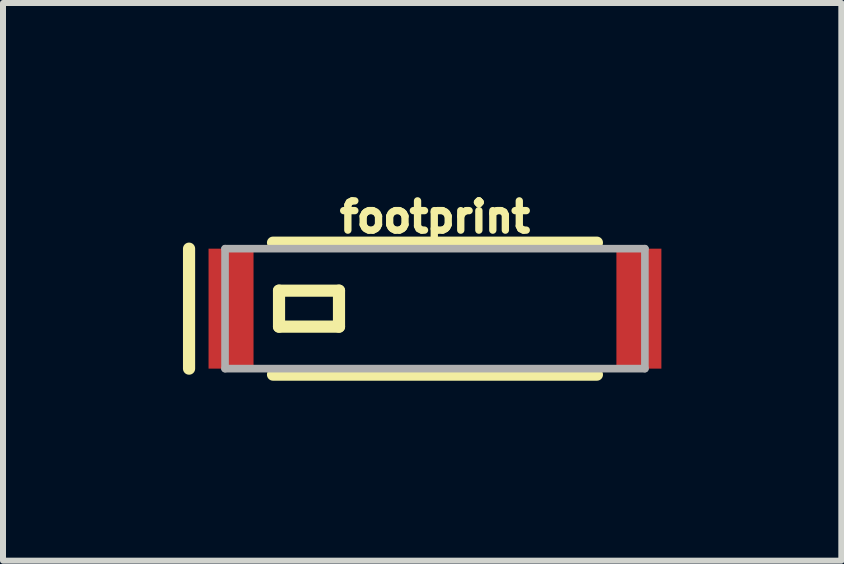
<source format=kicad_pcb>
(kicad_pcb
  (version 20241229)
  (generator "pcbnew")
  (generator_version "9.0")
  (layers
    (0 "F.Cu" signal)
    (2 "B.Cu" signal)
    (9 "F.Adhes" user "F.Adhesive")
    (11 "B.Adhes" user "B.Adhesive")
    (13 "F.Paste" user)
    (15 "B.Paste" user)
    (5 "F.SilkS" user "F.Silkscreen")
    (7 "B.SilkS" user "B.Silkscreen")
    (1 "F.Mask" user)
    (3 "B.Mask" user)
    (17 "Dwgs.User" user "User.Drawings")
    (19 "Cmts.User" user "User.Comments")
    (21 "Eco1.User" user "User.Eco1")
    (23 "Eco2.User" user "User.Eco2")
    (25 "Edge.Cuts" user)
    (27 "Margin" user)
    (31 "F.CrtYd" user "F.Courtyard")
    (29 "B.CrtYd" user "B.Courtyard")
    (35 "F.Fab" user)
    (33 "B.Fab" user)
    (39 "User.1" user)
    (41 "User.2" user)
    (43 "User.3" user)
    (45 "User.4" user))
  (footprint "footprint"
    (layer "F.Cu")
    (at 4.202 2.096)
    (property "Reference" "footprint" (at 0 -1.243 0) (layer "F.SilkS") (effects (font (size 0.488 0.488) (thickness 0.122)) (justify bottom)))
    (fp_line (start -4.1 -1) (end -4.1 1) (stroke (width 0.203) (type solid)) (layer "F.SilkS"))
    (fp_line (start -2.7 -1.1) (end 2.7 -1.1) (stroke (width 0.203) (type solid)) (layer "F.SilkS"))
    (fp_line (start -2.7 1.1) (end 2.7 1.1) (stroke (width 0.203) (type solid)) (layer "F.SilkS"))
    (fp_line (start -2.6 -0.3) (end -2.6 0.3) (stroke (width 0.203) (type solid)) (layer "F.SilkS"))
    (fp_line (start -2.6 0.3) (end -1.6 0.3) (stroke (width 0.203) (type solid)) (layer "F.SilkS"))
    (fp_line (start -1.6 -0.3) (end -2.6 -0.3) (stroke (width 0.203) (type solid)) (layer "F.SilkS"))
    (fp_line (start -1.6 0.3) (end -1.6 -0.3) (stroke (width 0.203) (type solid)) (layer "F.SilkS"))
    (fp_line (start -3.5 -1) (end 3.5 -1) (stroke (width 0.127) (type solid)) (layer "F.Fab"))
    (fp_line (start -3.5 1) (end -3.5 -1) (stroke (width 0.127) (type solid)) (layer "F.Fab"))
    (fp_line (start 3.5 -1) (end 3.5 1) (stroke (width 0.127) (type solid)) (layer "F.Fab"))
    (fp_line (start 3.5 1) (end -3.5 1) (stroke (width 0.127) (type solid)) (layer "F.Fab"))
    (pad "1" smd rect (at -3.4 0 90) (size 2 0.75) (layers "F.Cu" "F.Mask" "F.Paste"))
    (pad "NC" smd rect (at 3.4 0 90) (size 2 0.75) (layers "F.Cu" "F.Mask" "F.Paste")))
  (gr_rect
    (start -3 -3)
    (end 10.977 6.298)
    (stroke (width 0.1) (type default))
    (fill no)
    (layer "Edge.Cuts")))
</source>
